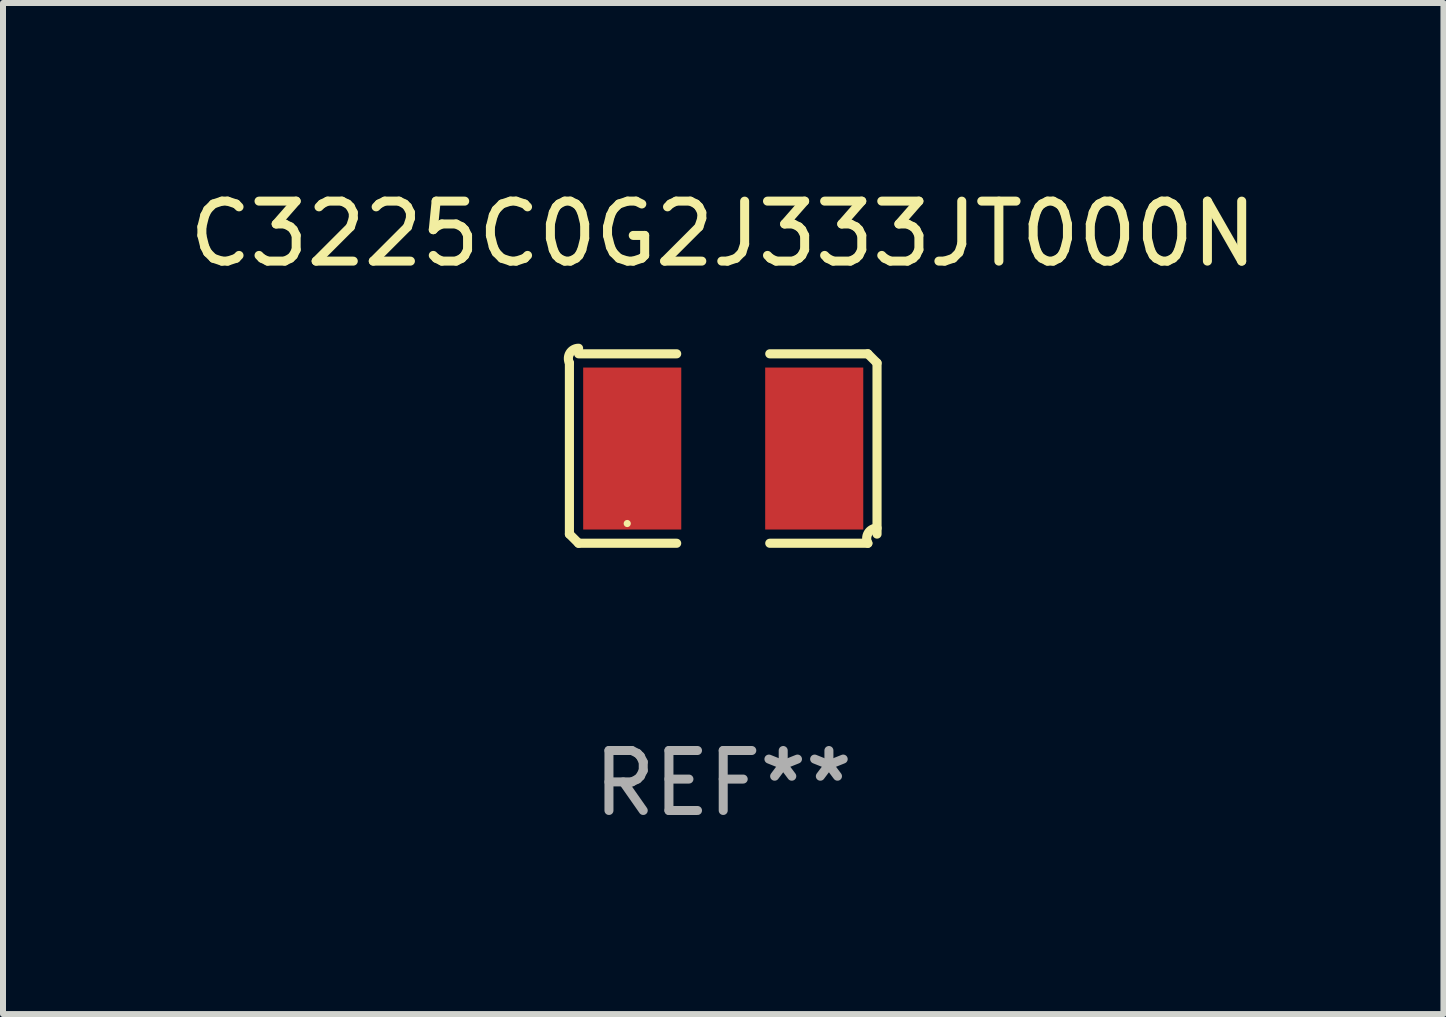
<source format=kicad_pcb>
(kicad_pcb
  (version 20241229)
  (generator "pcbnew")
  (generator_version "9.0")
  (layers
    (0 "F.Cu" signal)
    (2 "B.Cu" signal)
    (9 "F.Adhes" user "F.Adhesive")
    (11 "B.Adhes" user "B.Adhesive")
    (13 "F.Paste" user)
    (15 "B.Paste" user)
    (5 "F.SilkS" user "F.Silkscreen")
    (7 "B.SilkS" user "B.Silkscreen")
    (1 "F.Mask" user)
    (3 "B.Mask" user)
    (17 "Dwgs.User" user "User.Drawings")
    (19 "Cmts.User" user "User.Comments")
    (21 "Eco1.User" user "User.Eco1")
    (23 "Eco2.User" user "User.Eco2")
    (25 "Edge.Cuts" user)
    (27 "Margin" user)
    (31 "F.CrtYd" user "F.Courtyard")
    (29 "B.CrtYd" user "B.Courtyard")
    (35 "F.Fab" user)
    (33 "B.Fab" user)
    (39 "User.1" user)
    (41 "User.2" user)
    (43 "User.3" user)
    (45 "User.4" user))
  (footprint "C3225C0G2J333JT000N"
    (layer "F.Cu")
    (at 9.006 4.427)
    (property "Reference" "C3225C0G2J333JT000N" (at 0 -3.579 0) (layer "F.SilkS") (effects (font (size 1 1) (thickness 0.15))))
    (attr through_hole)
    (fp_line (start -2.564 1.426) (end -2.564 -1.426) (stroke (width 0.152) (type solid)) (layer "F.SilkS"))
    (fp_line (start -2.411 -1.579) (end -0.776 -1.579) (stroke (width 0.152) (type solid)) (layer "F.SilkS"))
    (fp_line (start -0.776 1.579) (end -2.411 1.579) (stroke (width 0.152) (type solid)) (layer "F.SilkS"))
    (fp_line (start 0.776 1.579) (end 2.411 1.579) (stroke (width 0.152) (type solid)) (layer "F.SilkS"))
    (fp_line (start 2.411 -1.579) (end 0.776 -1.579) (stroke (width 0.152) (type solid)) (layer "F.SilkS"))
    (fp_line (start 2.564 1.426) (end 2.564 -1.426) (stroke (width 0.152) (type solid)) (layer "F.SilkS"))
    (fp_arc (start -2.563602 -1.426213) (mid -2.555597 -1.591233) (end -2.411201 -1.671518) (stroke (width 0.1524) (type solid)) (layer "F.SilkS"))
    (fp_arc (start -2.5636 1.426214) (mid -2.487389 1.502402) (end -2.411201 1.578613) (stroke (width 0.1524) (type solid)) (layer "F.SilkS"))
    (fp_arc (start 2.411197 -1.578618) (mid 2.487403 -1.502419) (end 2.563602 -1.426213) (stroke (width 0.1524) (type solid)) (layer "F.SilkS"))
    (fp_arc (start 2.411201 1.578613) (mid 2.416214 1.409455) (end 2.563602 1.32629) (stroke (width 0.1524) (type solid)) (layer "F.SilkS"))
    (fp_circle (center -1.6 1.25) (end -1.57 1.25) (stroke (width 0.06) (type solid)) (fill no) (layer "F.SilkS"))
    (fp_text user "REF**" (at 0 5.579 0) (layer "F.Fab") (effects (font (size 1 1) (thickness 0.15))))
    (pad "1" smd rect (at -1.517 0) (size 1.635 2.7) (layers "F.Cu" "F.Mask" "F.Paste"))
    (pad "2" smd rect (at 1.517 0) (size 1.635 2.7) (layers "F.Cu" "F.Mask" "F.Paste")))
  (gr_rect
    (start -3 -3)
    (end 21.012 13.854)
    (stroke (width 0.1) (type default))
    (fill no)
    (layer "Edge.Cuts")))
</source>
